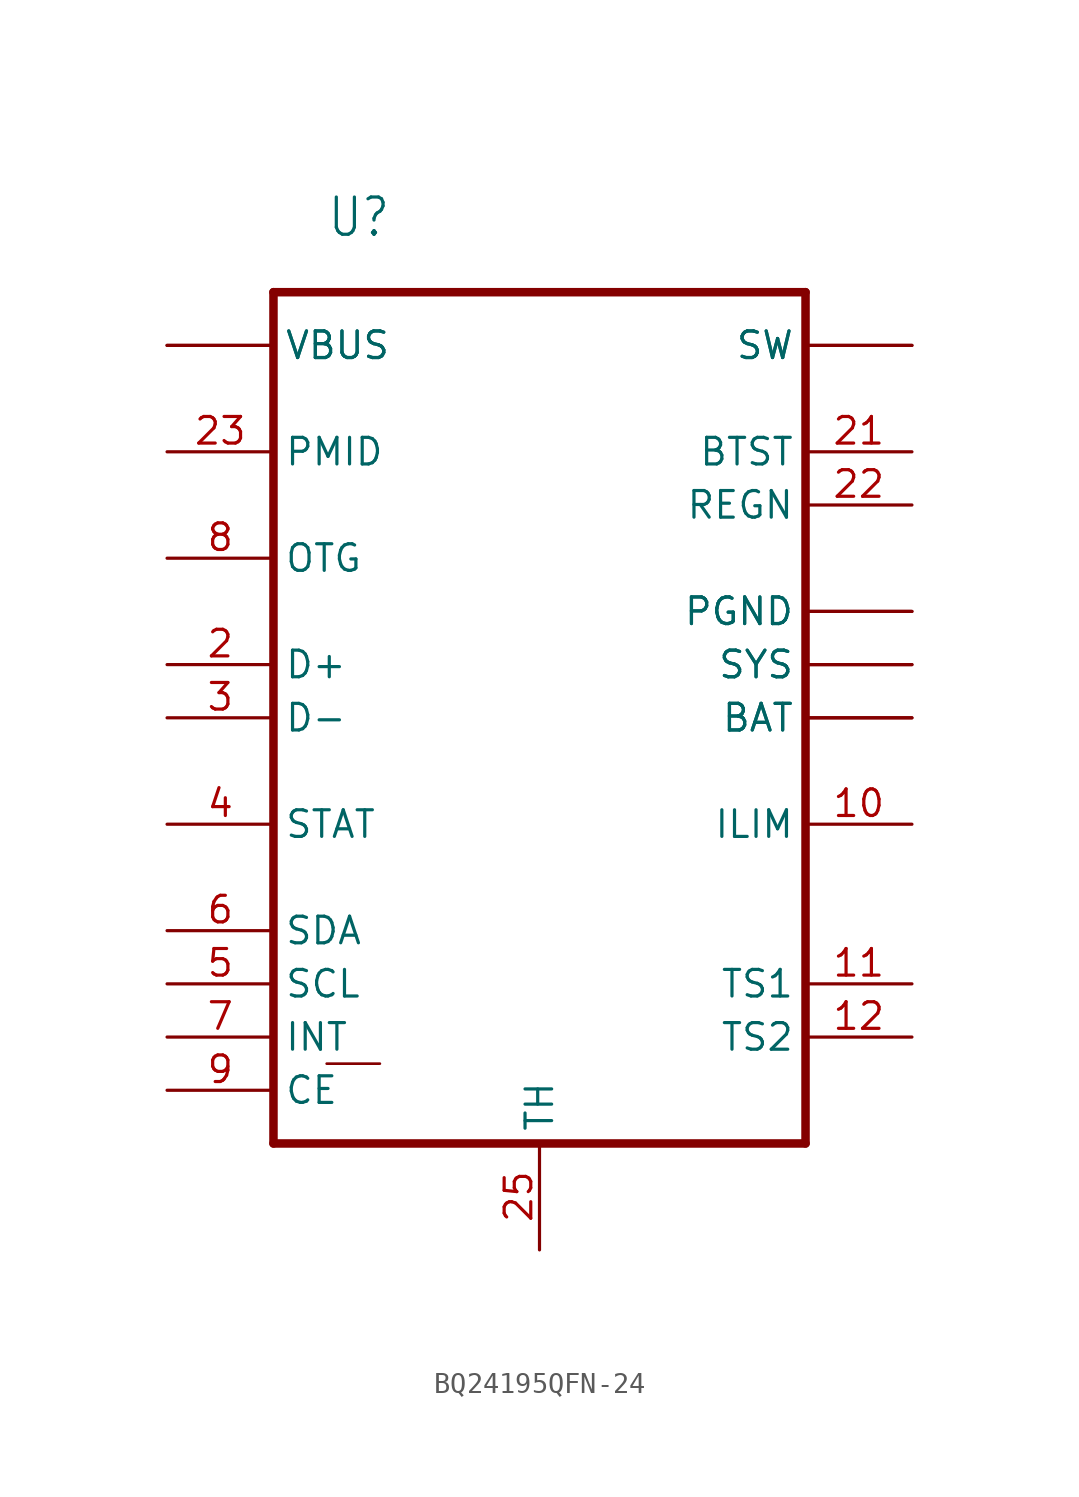
<source format=kicad_sym>
(kicad_symbol_lib
  (version 20231120)
  (generator "kicad_symbol_editor")
  (generator_version "8.0")
  (symbol "BQ24195QFN-24"
    (property "Reference" "U"
      (at -10.16 22.86 0)
      (effects (font (size 1.778 1.511)) (justify left bottom)))
    (property "Value" ""
      (at 5.08 -22.86 0)
      (effects (font (size 1.778 1.511)) (justify left bottom)))
    (property "ki_locked" ""
      (at 0 0 0)
      (effects (font (size 1.27 1.27))))
    (symbol "BQ24195QFN-24_1_0"
      (polyline (pts (xy -12.7 -20.32) (xy -12.7 20.32)) (stroke (width 0.406) (type solid)) (fill (type none)))
      (polyline (pts (xy -12.7 20.32) (xy 12.7 20.32)) (stroke (width 0.406) (type solid)) (fill (type none)))
      (polyline (pts (xy -10.16 -16.51) (xy -7.62 -16.51)) (stroke (width 0.127) (type solid)) (fill (type none)))
      (polyline (pts (xy 12.7 -20.32) (xy -12.7 -20.32)) (stroke (width 0.406) (type solid)) (fill (type none)))
      (polyline (pts (xy 12.7 20.32) (xy 12.7 -20.32)) (stroke (width 0.406) (type solid)) (fill (type none)))
      (pin bidirectional line (at -17.78 17.78 0) (length 5.08) (name "VBUS" (effects (font (size 1.27 1.27)))) (number "1" (effects (font (size 0 0)))))
      (pin bidirectional line (at 17.78 -5.08 180) (length 5.08) (name "ILIM" (effects (font (size 1.27 1.27)))) (number "10" (effects (font (size 1.27 1.27)))))
      (pin bidirectional line (at 17.78 -12.7 180) (length 5.08) (name "TS1" (effects (font (size 1.27 1.27)))) (number "11" (effects (font (size 1.27 1.27)))))
      (pin bidirectional line (at 17.78 -15.24 180) (length 5.08) (name "TS2" (effects (font (size 1.27 1.27)))) (number "12" (effects (font (size 1.27 1.27)))))
      (pin bidirectional line (at 17.78 0 180) (length 5.08) (name "BAT" (effects (font (size 1.27 1.27)))) (number "13" (effects (font (size 0 0)))))
      (pin bidirectional line (at 17.78 0 180) (length 5.08) (name "BAT" (effects (font (size 1.27 1.27)))) (number "14" (effects (font (size 0 0)))))
      (pin bidirectional line (at 17.78 2.54 180) (length 5.08) (name "SYS" (effects (font (size 1.27 1.27)))) (number "15" (effects (font (size 0 0)))))
      (pin bidirectional line (at 17.78 2.54 180) (length 5.08) (name "SYS" (effects (font (size 1.27 1.27)))) (number "16" (effects (font (size 0 0)))))
      (pin bidirectional line (at 17.78 5.08 180) (length 5.08) (name "PGND" (effects (font (size 1.27 1.27)))) (number "17" (effects (font (size 0 0)))))
      (pin bidirectional line (at 17.78 5.08 180) (length 5.08) (name "PGND" (effects (font (size 1.27 1.27)))) (number "18" (effects (font (size 0 0)))))
      (pin bidirectional line (at 17.78 17.78 180) (length 5.08) (name "SW" (effects (font (size 1.27 1.27)))) (number "19" (effects (font (size 0 0)))))
      (pin bidirectional line (at -17.78 2.54 0) (length 5.08) (name "D+" (effects (font (size 1.27 1.27)))) (number "2" (effects (font (size 1.27 1.27)))))
      (pin bidirectional line (at 17.78 17.78 180) (length 5.08) (name "SW" (effects (font (size 1.27 1.27)))) (number "20" (effects (font (size 0 0)))))
      (pin bidirectional line (at 17.78 12.7 180) (length 5.08) (name "BTST" (effects (font (size 1.27 1.27)))) (number "21" (effects (font (size 1.27 1.27)))))
      (pin bidirectional line (at 17.78 10.16 180) (length 5.08) (name "REGN" (effects (font (size 1.27 1.27)))) (number "22" (effects (font (size 1.27 1.27)))))
      (pin bidirectional line (at -17.78 12.7 0) (length 5.08) (name "PMID" (effects (font (size 1.27 1.27)))) (number "23" (effects (font (size 1.27 1.27)))))
      (pin bidirectional line (at -17.78 17.78 0) (length 5.08) (name "VBUS" (effects (font (size 1.27 1.27)))) (number "24" (effects (font (size 0 0)))))
      (pin bidirectional line (at 0 -25.4 90) (length 5.08) (name "TH" (effects (font (size 1.27 1.27)))) (number "25" (effects (font (size 1.27 1.27)))))
      (pin bidirectional line (at -17.78 0 0) (length 5.08) (name "D-" (effects (font (size 1.27 1.27)))) (number "3" (effects (font (size 1.27 1.27)))))
      (pin bidirectional line (at -17.78 -5.08 0) (length 5.08) (name "STAT" (effects (font (size 1.27 1.27)))) (number "4" (effects (font (size 1.27 1.27)))))
      (pin bidirectional line (at -17.78 -12.7 0) (length 5.08) (name "SCL" (effects (font (size 1.27 1.27)))) (number "5" (effects (font (size 1.27 1.27)))))
      (pin bidirectional line (at -17.78 -10.16 0) (length 5.08) (name "SDA" (effects (font (size 1.27 1.27)))) (number "6" (effects (font (size 1.27 1.27)))))
      (pin bidirectional line (at -17.78 -15.24 0) (length 5.08) (name "INT" (effects (font (size 1.27 1.27)))) (number "7" (effects (font (size 1.27 1.27)))))
      (pin bidirectional line (at -17.78 7.62 0) (length 5.08) (name "OTG" (effects (font (size 1.27 1.27)))) (number "8" (effects (font (size 1.27 1.27)))))
      (pin bidirectional line (at -17.78 -17.78 0) (length 5.08) (name "CE" (effects (font (size 1.27 1.27)))) (number "9" (effects (font (size 1.27 1.27))))))))
</source>
